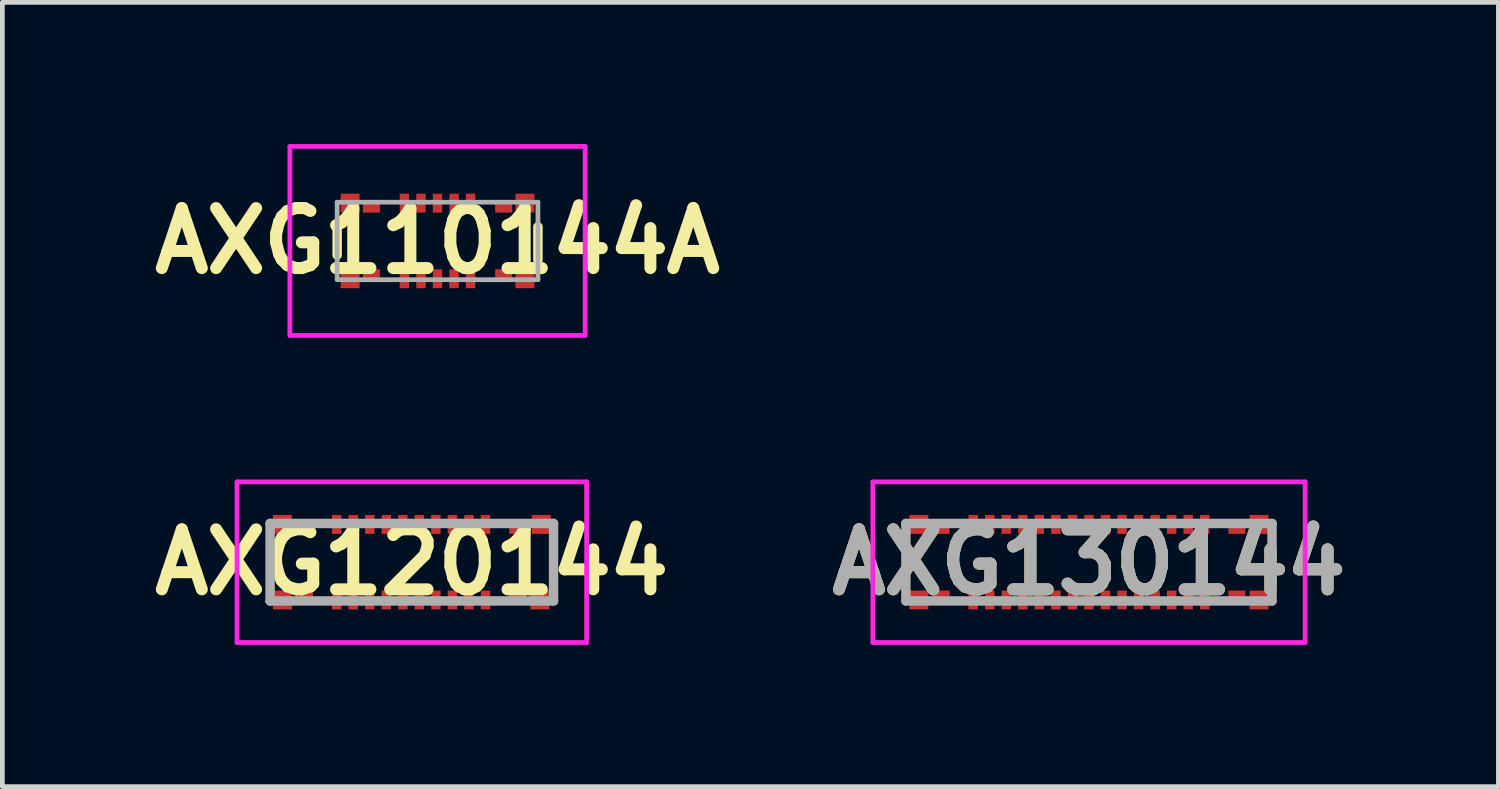
<source format=kicad_pcb>
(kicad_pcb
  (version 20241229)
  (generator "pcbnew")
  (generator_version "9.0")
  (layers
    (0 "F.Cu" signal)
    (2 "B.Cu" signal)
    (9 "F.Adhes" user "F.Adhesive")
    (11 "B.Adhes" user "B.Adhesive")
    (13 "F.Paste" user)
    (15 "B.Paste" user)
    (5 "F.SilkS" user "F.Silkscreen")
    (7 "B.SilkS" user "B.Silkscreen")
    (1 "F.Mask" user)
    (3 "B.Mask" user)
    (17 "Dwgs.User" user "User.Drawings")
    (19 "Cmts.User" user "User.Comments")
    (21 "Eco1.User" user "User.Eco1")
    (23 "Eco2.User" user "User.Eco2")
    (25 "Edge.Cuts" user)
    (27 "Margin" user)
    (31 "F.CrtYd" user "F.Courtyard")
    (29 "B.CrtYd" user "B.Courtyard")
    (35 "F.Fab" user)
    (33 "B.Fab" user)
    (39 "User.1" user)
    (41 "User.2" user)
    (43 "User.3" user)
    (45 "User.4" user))
  (footprint "AXG120144"
    (layer "F.Cu")
    (at 5.667 8.85)
    (property "Reference" "AXG120144" (at 0 0 0) (layer "F.SilkS") (effects (font (size 1.27 1.27) (thickness 0.254))))
    (attr smd)
    (fp_line (start -3 0.3) (end -3 -0.3) (stroke (width 0.1) (type solid)) (layer "F.SilkS"))
    (fp_line (start 3 -0.2) (end 3 -0.3) (stroke (width 0.1) (type solid)) (layer "F.SilkS"))
    (fp_line (start 3 0.3) (end 3 -0.2) (stroke (width 0.1) (type solid)) (layer "F.SilkS"))
    (fp_line (start -3.7 -1.7) (end 3.7 -1.7) (stroke (width 0.1) (type solid)) (layer "F.CrtYd"))
    (fp_line (start -3.7 1.7) (end -3.7 -1.7) (stroke (width 0.1) (type solid)) (layer "F.CrtYd"))
    (fp_line (start 3.7 -1.7) (end 3.7 1.7) (stroke (width 0.1) (type solid)) (layer "F.CrtYd"))
    (fp_line (start 3.7 1.7) (end -3.7 1.7) (stroke (width 0.1) (type solid)) (layer "F.CrtYd"))
    (fp_line (start -3 -0.82) (end 3 -0.82) (stroke (width 0.2) (type solid)) (layer "F.Fab"))
    (fp_line (start -3 0.82) (end -3 -0.82) (stroke (width 0.2) (type solid)) (layer "F.Fab"))
    (fp_line (start 3 -0.82) (end 3 0.82) (stroke (width 0.2) (type solid)) (layer "F.Fab"))
    (fp_line (start 3 0.82) (end -3 0.82) (stroke (width 0.2) (type solid)) (layer "F.Fab"))
    (pad "1" smd rect (at -1.59 0.8) (size 0.2 0.4) (layers "F.Cu" "F.Mask" "F.Paste"))
    (pad "2" smd rect (at -1.59 -0.8) (size 0.2 0.4) (layers "F.Cu" "F.Mask" "F.Paste"))
    (pad "3" smd rect (at -1.24 0.8) (size 0.2 0.4) (layers "F.Cu" "F.Mask" "F.Paste"))
    (pad "4" smd rect (at -1.24 -0.8) (size 0.2 0.4) (layers "F.Cu" "F.Mask" "F.Paste"))
    (pad "5" smd rect (at -0.89 0.8) (size 0.2 0.4) (layers "F.Cu" "F.Mask" "F.Paste"))
    (pad "6" smd rect (at -0.89 -0.8) (size 0.2 0.4) (layers "F.Cu" "F.Mask" "F.Paste"))
    (pad "7" smd rect (at -0.54 0.8) (size 0.2 0.4) (layers "F.Cu" "F.Mask" "F.Paste"))
    (pad "8" smd rect (at -0.54 -0.8) (size 0.2 0.4) (layers "F.Cu" "F.Mask" "F.Paste"))
    (pad "9" smd rect (at -0.19 0.8) (size 0.2 0.4) (layers "F.Cu" "F.Mask" "F.Paste"))
    (pad "10" smd rect (at -0.19 -0.8) (size 0.2 0.4) (layers "F.Cu" "F.Mask" "F.Paste"))
    (pad "11" smd rect (at 0.16 0.8) (size 0.2 0.4) (layers "F.Cu" "F.Mask" "F.Paste"))
    (pad "12" smd rect (at 0.16 -0.8) (size 0.2 0.4) (layers "F.Cu" "F.Mask" "F.Paste"))
    (pad "13" smd rect (at 0.51 0.8) (size 0.2 0.4) (layers "F.Cu" "F.Mask" "F.Paste"))
    (pad "14" smd rect (at 0.51 -0.8) (size 0.2 0.4) (layers "F.Cu" "F.Mask" "F.Paste"))
    (pad "15" smd rect (at 0.86 0.8) (size 0.2 0.4) (layers "F.Cu" "F.Mask" "F.Paste"))
    (pad "16" smd rect (at 0.86 -0.8) (size 0.2 0.4) (layers "F.Cu" "F.Mask" "F.Paste"))
    (pad "17" smd rect (at 1.21 0.8) (size 0.2 0.4) (layers "F.Cu" "F.Mask" "F.Paste"))
    (pad "18" smd rect (at 1.21 -0.8) (size 0.2 0.4) (layers "F.Cu" "F.Mask" "F.Paste"))
    (pad "19" smd rect (at 1.56 0.8) (size 0.2 0.4) (layers "F.Cu" "F.Mask" "F.Paste"))
    (pad "20" smd rect (at 1.56 -0.8) (size 0.2 0.4) (layers "F.Cu" "F.Mask" "F.Paste"))
    (pad "MP1" smd rect (at -2.74 -0.8 90) (size 0.4 0.4) (layers "F.Cu" "F.Mask" "F.Paste"))
    (pad "MP2" smd rect (at -2.27 -0.705 90) (size 0.21 0.36) (layers "F.Cu" "F.Mask" "F.Paste"))
    (pad "MP3" smd rect (at -2.74 0.8 90) (size 0.4 0.4) (layers "F.Cu" "F.Mask" "F.Paste"))
    (pad "MP4" smd rect (at -2.27 0.705 90) (size 0.21 0.36) (layers "F.Cu" "F.Mask" "F.Paste"))
    (pad "MP5" smd rect (at 2.24 0.705 90) (size 0.21 0.36) (layers "F.Cu" "F.Mask" "F.Paste"))
    (pad "MP6" smd rect (at 2.71 0.8 90) (size 0.4 0.4) (layers "F.Cu" "F.Mask" "F.Paste"))
    (pad "MP7" smd rect (at 2.24 -0.705 90) (size 0.21 0.36) (layers "F.Cu" "F.Mask" "F.Paste"))
    (pad "MP8" smd rect (at 2.74 -0.8 90) (size 0.4 0.4) (layers "F.Cu" "F.Mask" "F.Paste")))
  (footprint "AXG130144"
    (layer "F.Cu")
    (at 20 8.85)
    (property "Reference" "AXG130144" (at 0 0 0) (layer "F.SilkS") (effects (font (size 1.27 1.27) (thickness 0.254))))
    (attr smd)
    (fp_line (start -3.875 -0.25) (end -3.875 0.25) (stroke (width 0.1) (type solid)) (layer "F.SilkS"))
    (fp_line (start 3.875 -0.25) (end 3.875 0.25) (stroke (width 0.1) (type solid)) (layer "F.SilkS"))
    (fp_line (start -4.575 -1.7) (end 4.575 -1.7) (stroke (width 0.1) (type solid)) (layer "F.CrtYd"))
    (fp_line (start -4.575 1.7) (end -4.575 -1.7) (stroke (width 0.1) (type solid)) (layer "F.CrtYd"))
    (fp_line (start 4.575 -1.7) (end 4.575 1.7) (stroke (width 0.1) (type solid)) (layer "F.CrtYd"))
    (fp_line (start 4.575 1.7) (end -4.575 1.7) (stroke (width 0.1) (type solid)) (layer "F.CrtYd"))
    (fp_line (start -3.875 -0.82) (end 3.875 -0.82) (stroke (width 0.2) (type solid)) (layer "F.Fab"))
    (fp_line (start -3.875 0.82) (end -3.875 -0.82) (stroke (width 0.2) (type solid)) (layer "F.Fab"))
    (fp_line (start 3.875 -0.82) (end 3.875 0.82) (stroke (width 0.2) (type solid)) (layer "F.Fab"))
    (fp_line (start 3.875 0.82) (end -3.875 0.82) (stroke (width 0.2) (type solid)) (layer "F.Fab"))
    (fp_text user "${REFERENCE}" (at 0 0 0) (layer "F.Fab") (effects (font (size 1.27 1.27) (thickness 0.254))))
    (pad "1" smd rect (at -2.45 -0.8) (size 0.2 0.4) (layers "F.Cu" "F.Mask" "F.Paste"))
    (pad "2" smd rect (at -2.1 -0.8) (size 0.2 0.4) (layers "F.Cu" "F.Mask" "F.Paste"))
    (pad "3" smd rect (at -1.75 -0.8) (size 0.2 0.4) (layers "F.Cu" "F.Mask" "F.Paste"))
    (pad "4" smd rect (at -1.4 -0.8) (size 0.2 0.4) (layers "F.Cu" "F.Mask" "F.Paste"))
    (pad "5" smd rect (at -1.05 -0.8) (size 0.2 0.4) (layers "F.Cu" "F.Mask" "F.Paste"))
    (pad "6" smd rect (at -0.7 -0.8) (size 0.2 0.4) (layers "F.Cu" "F.Mask" "F.Paste"))
    (pad "7" smd rect (at -0.35 -0.8) (size 0.2 0.4) (layers "F.Cu" "F.Mask" "F.Paste"))
    (pad "8" smd rect (at 0 -0.8) (size 0.2 0.4) (layers "F.Cu" "F.Mask" "F.Paste"))
    (pad "9" smd rect (at 0.35 -0.8) (size 0.2 0.4) (layers "F.Cu" "F.Mask" "F.Paste"))
    (pad "10" smd rect (at 0.7 -0.8) (size 0.2 0.4) (layers "F.Cu" "F.Mask" "F.Paste"))
    (pad "11" smd rect (at 1.05 -0.8) (size 0.2 0.4) (layers "F.Cu" "F.Mask" "F.Paste"))
    (pad "12" smd rect (at 1.4 -0.8) (size 0.2 0.4) (layers "F.Cu" "F.Mask" "F.Paste"))
    (pad "13" smd rect (at 1.75 -0.8) (size 0.2 0.4) (layers "F.Cu" "F.Mask" "F.Paste"))
    (pad "14" smd rect (at 2.1 -0.8) (size 0.2 0.4) (layers "F.Cu" "F.Mask" "F.Paste"))
    (pad "15" smd rect (at 2.45 -0.8) (size 0.2 0.4) (layers "F.Cu" "F.Mask" "F.Paste"))
    (pad "16" smd rect (at 2.45 0.8) (size 0.2 0.4) (layers "F.Cu" "F.Mask" "F.Paste"))
    (pad "17" smd rect (at 2.1 0.8) (size 0.2 0.4) (layers "F.Cu" "F.Mask" "F.Paste"))
    (pad "18" smd rect (at 1.75 0.8) (size 0.2 0.4) (layers "F.Cu" "F.Mask" "F.Paste"))
    (pad "19" smd rect (at 1.4 0.8) (size 0.2 0.4) (layers "F.Cu" "F.Mask" "F.Paste"))
    (pad "20" smd rect (at 1.05 0.8) (size 0.2 0.4) (layers "F.Cu" "F.Mask" "F.Paste"))
    (pad "21" smd rect (at 0.7 0.8) (size 0.2 0.4) (layers "F.Cu" "F.Mask" "F.Paste"))
    (pad "22" smd rect (at 0.35 0.8) (size 0.2 0.4) (layers "F.Cu" "F.Mask" "F.Paste"))
    (pad "23" smd rect (at 0 0.8) (size 0.2 0.4) (layers "F.Cu" "F.Mask" "F.Paste"))
    (pad "24" smd rect (at -0.35 0.8) (size 0.2 0.4) (layers "F.Cu" "F.Mask" "F.Paste"))
    (pad "25" smd rect (at -0.7 0.8) (size 0.2 0.4) (layers "F.Cu" "F.Mask" "F.Paste"))
    (pad "26" smd rect (at -1.05 0.8) (size 0.2 0.4) (layers "F.Cu" "F.Mask" "F.Paste"))
    (pad "27" smd rect (at -1.4 0.8) (size 0.2 0.4) (layers "F.Cu" "F.Mask" "F.Paste"))
    (pad "28" smd rect (at -1.75 0.8) (size 0.2 0.4) (layers "F.Cu" "F.Mask" "F.Paste"))
    (pad "29" smd rect (at -2.1 0.8) (size 0.2 0.4) (layers "F.Cu" "F.Mask" "F.Paste"))
    (pad "30" smd rect (at -2.45 0.8) (size 0.2 0.4) (layers "F.Cu" "F.Mask" "F.Paste"))
    (pad "MP1" smd rect (at -3.6 0.8) (size 0.4 0.4) (layers "F.Cu" "F.Mask" "F.Paste"))
    (pad "MP2" smd rect (at -3.13 0.71 90) (size 0.22 0.36) (layers "F.Cu" "F.Mask" "F.Paste"))
    (pad "MP3" smd rect (at 3.13 0.71 90) (size 0.22 0.36) (layers "F.Cu" "F.Mask" "F.Paste"))
    (pad "MP4" smd rect (at 3.6 0.8) (size 0.4 0.4) (layers "F.Cu" "F.Mask" "F.Paste"))
    (pad "MP5" smd rect (at 3.6 -0.8) (size 0.4 0.4) (layers "F.Cu" "F.Mask" "F.Paste"))
    (pad "MP6" smd rect (at 3.13 -0.71 90) (size 0.22 0.36) (layers "F.Cu" "F.Mask" "F.Paste"))
    (pad "MP7" smd rect (at -3.13 -0.71 90) (size 0.22 0.36) (layers "F.Cu" "F.Mask" "F.Paste"))
    (pad "MP8" smd rect (at -3.6 -0.8) (size 0.4 0.4) (layers "F.Cu" "F.Mask" "F.Paste")))
  (footprint "AXG110144A"
    (layer "F.Cu")
    (at 6.211 2.05)
    (property "Reference" "AXG110144A" (at 0 0 0) (layer "F.SilkS") (effects (font (size 1.27 1.27) (thickness 0.254))))
    (attr smd)
    (fp_line (start -2.125 -0.3) (end -2.125 0.3) (stroke (width 0.2) (type solid)) (layer "F.SilkS"))
    (fp_line (start 2.125 -0.3) (end 2.125 0.4) (stroke (width 0.2) (type solid)) (layer "F.SilkS"))
    (fp_line (start -3.125 -2) (end 3.125 -2) (stroke (width 0.1) (type solid)) (layer "F.CrtYd"))
    (fp_line (start -3.125 2) (end -3.125 -2) (stroke (width 0.1) (type solid)) (layer "F.CrtYd"))
    (fp_line (start 3.125 -2) (end 3.125 2) (stroke (width 0.1) (type solid)) (layer "F.CrtYd"))
    (fp_line (start 3.125 2) (end -3.125 2) (stroke (width 0.1) (type solid)) (layer "F.CrtYd"))
    (fp_line (start -2.125 -0.82) (end 2.125 -0.82) (stroke (width 0.1) (type solid)) (layer "F.Fab"))
    (fp_line (start -2.125 0.82) (end -2.125 -0.82) (stroke (width 0.1) (type solid)) (layer "F.Fab"))
    (fp_line (start 2.125 -0.82) (end 2.125 0.82) (stroke (width 0.1) (type solid)) (layer "F.Fab"))
    (fp_line (start 2.125 0.82) (end -2.125 0.82) (stroke (width 0.1) (type solid)) (layer "F.Fab"))
    (pad "1" smd rect (at -0.7 0.8) (size 0.2 0.4) (layers "F.Cu" "F.Mask" "F.Paste"))
    (pad "2" smd rect (at -0.7 -0.8) (size 0.2 0.4) (layers "F.Cu" "F.Mask" "F.Paste"))
    (pad "3" smd rect (at -0.35 0.8) (size 0.2 0.4) (layers "F.Cu" "F.Mask" "F.Paste"))
    (pad "4" smd rect (at -0.35 -0.8) (size 0.2 0.4) (layers "F.Cu" "F.Mask" "F.Paste"))
    (pad "5" smd rect (at 0 0.8) (size 0.2 0.4) (layers "F.Cu" "F.Mask" "F.Paste"))
    (pad "6" smd rect (at 0 -0.8) (size 0.2 0.4) (layers "F.Cu" "F.Mask" "F.Paste"))
    (pad "7" smd rect (at 0.35 0.8) (size 0.2 0.4) (layers "F.Cu" "F.Mask" "F.Paste"))
    (pad "8" smd rect (at 0.35 -0.8) (size 0.2 0.4) (layers "F.Cu" "F.Mask" "F.Paste"))
    (pad "9" smd rect (at 0.7 0.8) (size 0.2 0.4) (layers "F.Cu" "F.Mask" "F.Paste"))
    (pad "10" smd rect (at 0.7 -0.8) (size 0.2 0.4) (layers "F.Cu" "F.Mask" "F.Paste"))
    (pad "MP1" smd rect (at -1.85 0.8) (size 0.4 0.4) (layers "F.Cu" "F.Mask" "F.Paste"))
    (pad "MP2" smd rect (at -1.85 -0.8) (size 0.4 0.4) (layers "F.Cu" "F.Mask" "F.Paste"))
    (pad "MP3" smd rect (at -1.4 0.71 90) (size 0.22 0.36) (layers "F.Cu" "F.Mask" "F.Paste"))
    (pad "MP4" smd rect (at -1.4 -0.71 90) (size 0.22 0.36) (layers "F.Cu" "F.Mask" "F.Paste"))
    (pad "MP5" smd rect (at 1.4 0.71 90) (size 0.22 0.36) (layers "F.Cu" "F.Mask" "F.Paste"))
    (pad "MP6" smd rect (at 1.4 -0.71 90) (size 0.22 0.36) (layers "F.Cu" "F.Mask" "F.Paste"))
    (pad "MP7" smd rect (at 1.85 0.8) (size 0.4 0.4) (layers "F.Cu" "F.Mask" "F.Paste"))
    (pad "MP8" smd rect (at 1.85 -0.8) (size 0.4 0.4) (layers "F.Cu" "F.Mask" "F.Paste")))
  (gr_rect
    (start -3 -3)
    (end 28.666 13.6)
    (stroke (width 0.1) (type default))
    (fill no)
    (layer "Edge.Cuts")))
</source>
